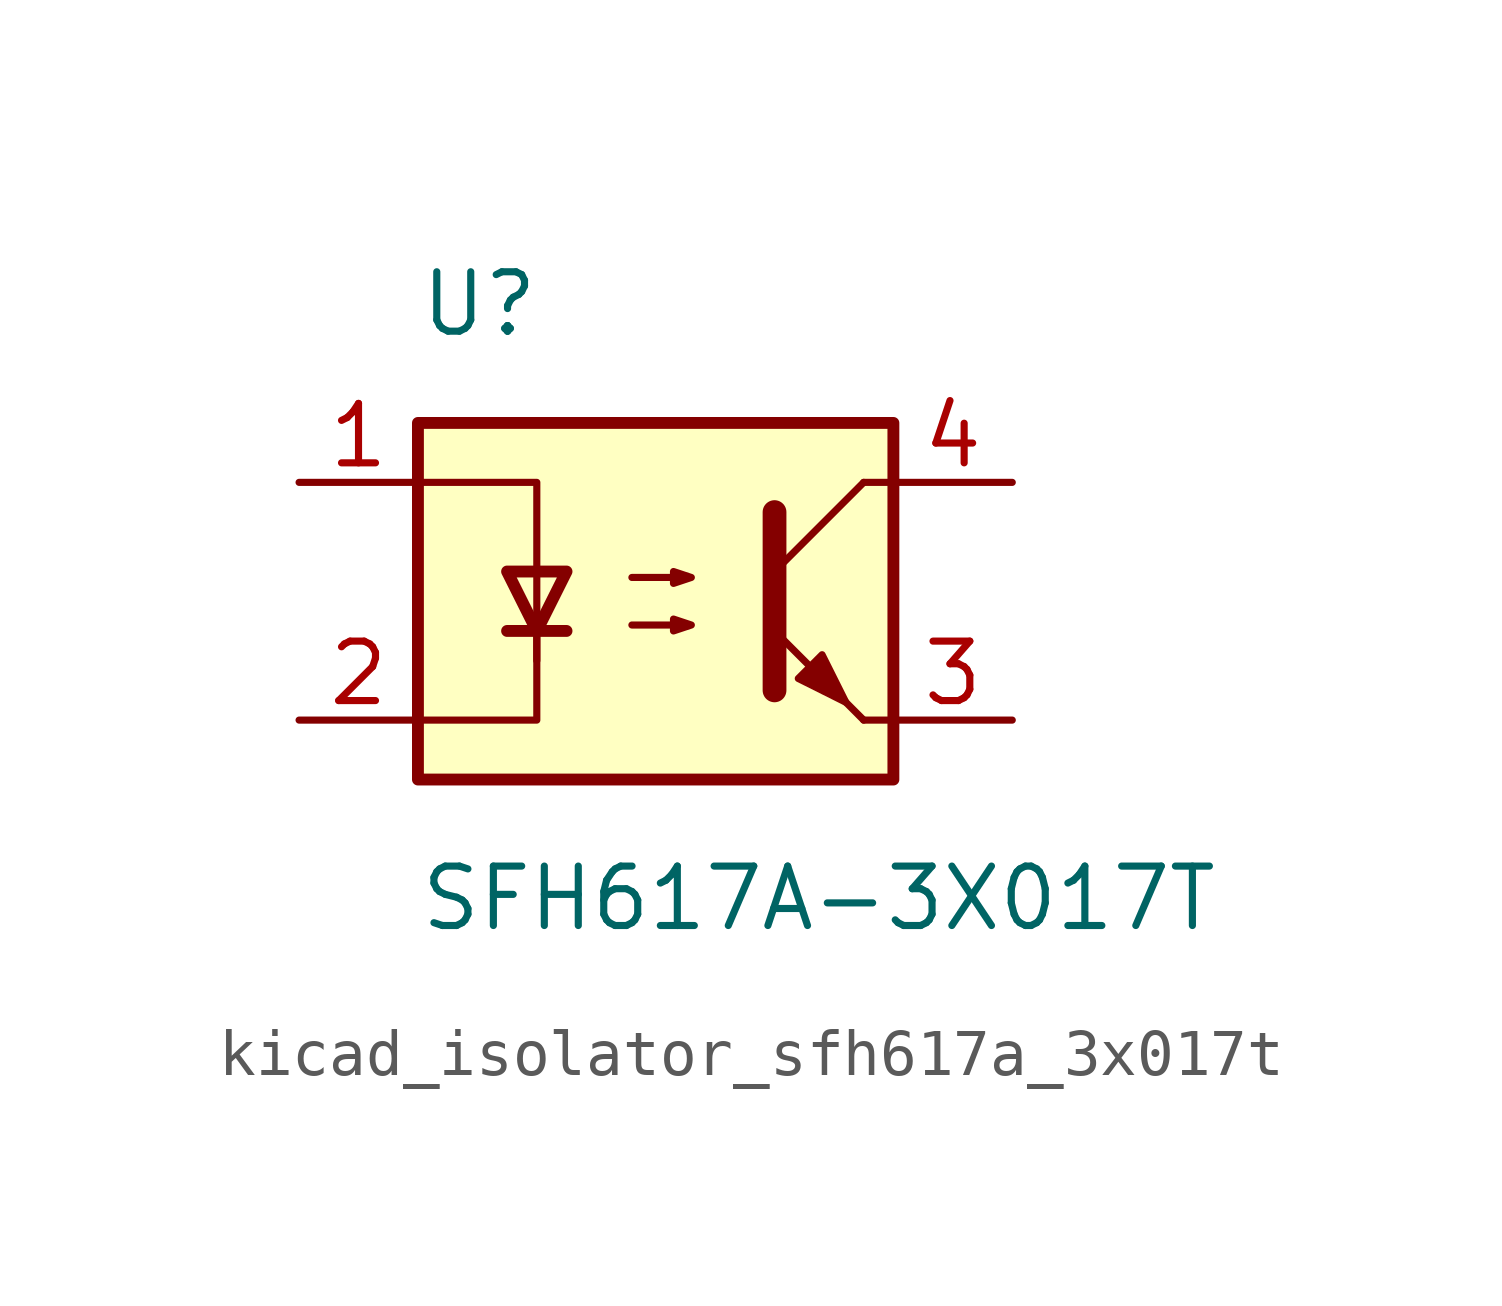
<source format=kicad_sym>
(kicad_symbol_lib
  (version 20220914)
  (generator kicad_symbol_editor)
  (symbol "kicad_isolator_sfh617a_3x017t"
    (pin_names
      (offset 1.016))
    (property "Reference" "U"
      (at -5.08 6.35 0)
      (effects (font (size 1.27 1.27)) (justify left)))
    (property "Value" "SFH617A-3X017T"
      (at -5.08 -6.35 0)
      (effects (font (size 1.27 1.27)) (justify left)))
    (symbol "kicad_isolator_sfh617a_3x017t_0_1"
      (rectangle (start -5.08 3.81) (end 5.08 -3.81) (stroke (width 0.254) (type default)) (fill (type background)))
      (polyline (pts (xy -3.175 -0.635) (xy -1.905 -0.635)) (stroke (width 0.254) (type default)) (fill (type none)))
      (polyline (pts (xy 2.54 0.635) (xy 4.445 2.54)) (stroke (width 0) (type default)) (fill (type none)))
      (polyline (pts (xy 4.445 -2.54) (xy 2.54 -0.635)) (stroke (width 0) (type default)) (fill (type outline)))
      (polyline (pts (xy 4.445 -2.54) (xy 5.08 -2.54)) (stroke (width 0) (type default)) (fill (type none)))
      (polyline (pts (xy 4.445 2.54) (xy 5.08 2.54)) (stroke (width 0) (type default)) (fill (type none)))
      (polyline (pts (xy -2.54 -0.635) (xy -2.54 -2.54) (xy -5.08 -2.54)) (stroke (width 0) (type default)) (fill (type none)))
      (polyline (pts (xy 2.54 1.905) (xy 2.54 -1.905) (xy 2.54 -1.905)) (stroke (width 0.508) (type default)) (fill (type none)))
      (polyline (pts (xy -5.08 2.54) (xy -2.54 2.54) (xy -2.54 -1.27) (xy -2.54 0.635)) (stroke (width 0) (type default)) (fill (type none)))
      (polyline (pts (xy -2.54 -0.635) (xy -3.175 0.635) (xy -1.905 0.635) (xy -2.54 -0.635)) (stroke (width 0.254) (type default)) (fill (type none)))
      (polyline (pts (xy -0.508 -0.508) (xy 0.762 -0.508) (xy 0.381 -0.635) (xy 0.381 -0.381) (xy 0.762 -0.508)) (stroke (width 0) (type default)) (fill (type none)))
      (polyline (pts (xy -0.508 0.508) (xy 0.762 0.508) (xy 0.381 0.381) (xy 0.381 0.635) (xy 0.762 0.508)) (stroke (width 0) (type default)) (fill (type none)))
      (polyline (pts (xy 3.048 -1.651) (xy 3.556 -1.143) (xy 4.064 -2.159) (xy 3.048 -1.651) (xy 3.048 -1.651)) (stroke (width 0) (type default)) (fill (type outline))))
    (symbol "kicad_isolator_sfh617a_3x017t_1_1"
      (pin passive line (at -7.62 2.54 0) (length 2.54) (name "~" (effects (font (size 1.27 1.27)))) (number "1" (effects (font (size 1.27 1.27)))))
      (pin passive line (at -7.62 -2.54 0) (length 2.54) (name "~" (effects (font (size 1.27 1.27)))) (number "2" (effects (font (size 1.27 1.27)))))
      (pin passive line (at 7.62 -2.54 180) (length 2.54) (name "~" (effects (font (size 1.27 1.27)))) (number "3" (effects (font (size 1.27 1.27)))))
      (pin passive line (at 7.62 2.54 180) (length 2.54) (name "~" (effects (font (size 1.27 1.27)))) (number "4" (effects (font (size 1.27 1.27))))))))
</source>
